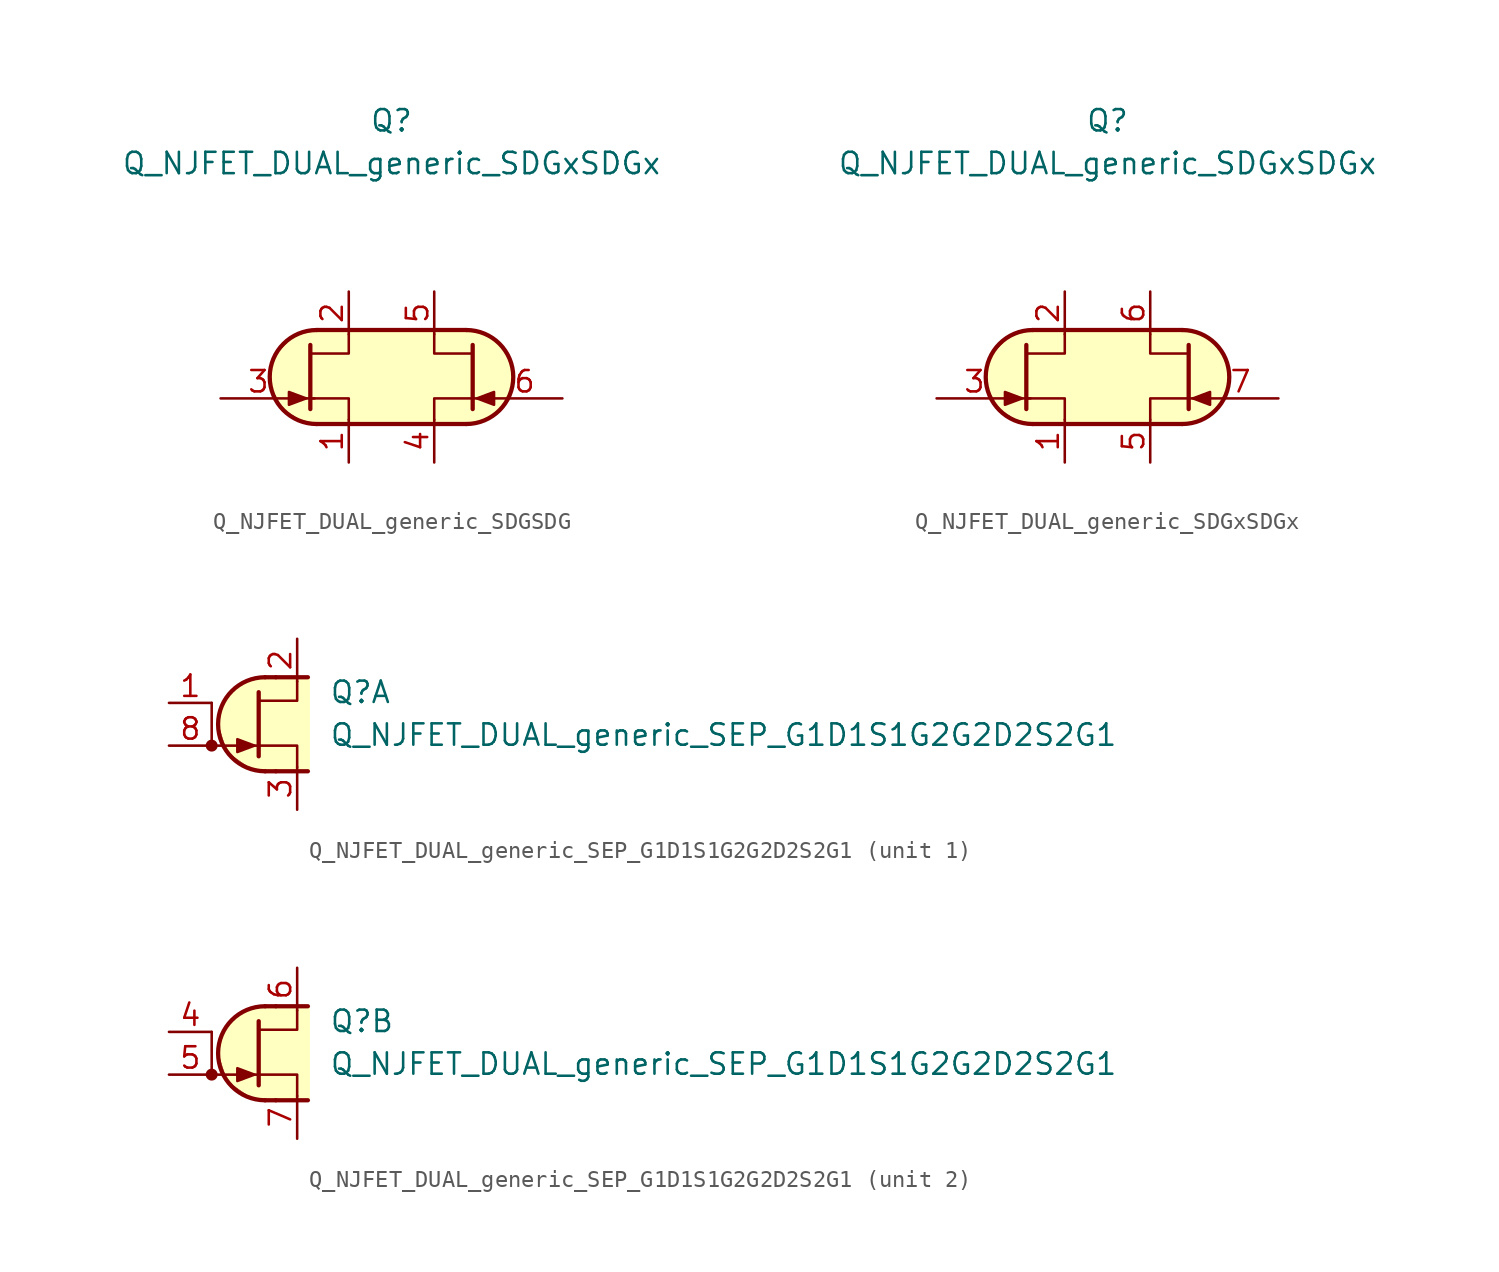
<source format=kicad_sym>
(kicad_symbol_lib
  (version 20231120)
  (generator "kicad_symbol_editor")
  (generator_version "8.0")
  (symbol "Q_NJFET_DUAL_generic_SDGSDG"
    (pin_names
      (offset 1.016) hide)
    (property "Reference" "Q"
      (at 0 15.24 0)
      (effects (font (size 1.27 1.27))))
    (property "Value" "Q_NJFET_DUAL_generic_SDGxSDGx"
      (at 0 12.7 0)
      (effects (font (size 1.27 1.27))))
    (symbol "Q_NJFET_DUAL_generic_SDGSDG_0_1"
      (arc (start -4.445 2.794) (mid -7.2269 0) (end -4.445 -2.794) (stroke (width 0.254) (type default)) (fill (type background)))
      (polyline (pts (xy -5.207 -1.27) (xy -4.572 -1.27)) (stroke (width 0) (type default)) (fill (type none)))
      (polyline (pts (xy -4.445 2.794) (xy 4.445 2.794)) (stroke (width 0.254) (type default)) (fill (type none)))
      (polyline (pts (xy 4.445 -2.794) (xy -4.445 -2.794)) (stroke (width 0.254) (type default)) (fill (type none)))
      (polyline (pts (xy 5.334 -1.27) (xy 4.826 -1.27)) (stroke (width 0) (type default)) (fill (type none)))
      (polyline (pts (xy -4.699 -2.794) (xy 4.699 -2.794) (xy 5.969 -2.413) (xy 6.858 -1.524) (xy 7.239 -0.127) (xy 6.985 1.143) (xy 6.35 2.032) (xy 5.334 2.667) (xy 4.318 2.794) (xy -4.826 2.794) (xy -5.969 2.286) (xy -6.858 1.397) (xy -7.239 0.508) (xy -7.112 -0.762) (xy -6.477 -1.905) (xy -5.461 -2.54) (xy -4.445 -2.794)) (stroke (width 0.025) (type default)) (fill (type background))))
    (symbol "Q_NJFET_DUAL_generic_SDGSDG_1_1"
      (polyline (pts (xy -4.826 1.905) (xy -4.826 -1.905) (xy -4.826 -1.905)) (stroke (width 0.254) (type default)) (fill (type none)))
      (polyline (pts (xy -2.54 -2.54) (xy -2.54 -1.27) (xy -4.826 -1.27)) (stroke (width 0) (type default)) (fill (type none)))
      (polyline (pts (xy -2.54 2.54) (xy -2.54 1.397) (xy -4.826 1.397)) (stroke (width 0) (type default)) (fill (type none)))
      (polyline (pts (xy 2.54 -2.54) (xy 2.54 -1.27) (xy 4.826 -1.27)) (stroke (width 0) (type default)) (fill (type none)))
      (polyline (pts (xy 2.54 2.54) (xy 2.54 1.397) (xy 4.826 1.397)) (stroke (width 0) (type default)) (fill (type none)))
      (polyline (pts (xy 4.826 1.905) (xy 4.826 -1.905) (xy 4.826 -1.905)) (stroke (width 0.254) (type default)) (fill (type none)))
      (polyline (pts (xy -5.08 -1.27) (xy -6.096 -0.889) (xy -6.096 -1.651) (xy -5.08 -1.27)) (stroke (width 0) (type default)) (fill (type outline)))
      (polyline (pts (xy 5.08 -1.27) (xy 6.096 -0.889) (xy 6.096 -1.651) (xy 5.08 -1.27)) (stroke (width 0) (type default)) (fill (type outline)))
      (arc (start 4.445 -2.794) (mid 7.2269 0) (end 4.445 2.794) (stroke (width 0.254) (type default)) (fill (type none)))
      (pin passive line (at -2.54 -5.08 90) (length 2.54) (name "S1" (effects (font (size 1.27 1.27)))) (number "1" (effects (font (size 1.27 1.27)))))
      (pin passive line (at -2.54 5.08 270) (length 2.54) (name "D1" (effects (font (size 1.27 1.27)))) (number "2" (effects (font (size 1.27 1.27)))))
      (pin input line (at -10.16 -1.27 0) (length 4.496) (name "G1" (effects (font (size 1.27 1.27)))) (number "3" (effects (font (size 1.27 1.27)))))
      (pin passive line (at 2.54 -5.08 90) (length 2.54) (name "S2" (effects (font (size 1.27 1.27)))) (number "4" (effects (font (size 1.27 1.27)))))
      (pin passive line (at 2.54 5.08 270) (length 2.54) (name "D2" (effects (font (size 1.27 1.27)))) (number "5" (effects (font (size 1.27 1.27)))))
      (pin input line (at 10.16 -1.27 180) (length 4.496) (name "G2" (effects (font (size 1.27 1.27)))) (number "6" (effects (font (size 1.27 1.27)))))))
  (symbol "Q_NJFET_DUAL_generic_SDGxSDGx"
    (pin_names
      (offset 1.016) hide)
    (property "Reference" "Q"
      (at 0 15.24 0)
      (effects (font (size 1.27 1.27))))
    (property "Value" "Q_NJFET_DUAL_generic_SDGxSDGx"
      (at 0 12.7 0)
      (effects (font (size 1.27 1.27))))
    (symbol "Q_NJFET_DUAL_generic_SDGxSDGx_0_1"
      (arc (start -4.445 2.794) (mid -7.2269 0) (end -4.445 -2.794) (stroke (width 0.254) (type default)) (fill (type background)))
      (polyline (pts (xy -5.207 -1.27) (xy -4.572 -1.27)) (stroke (width 0) (type default)) (fill (type none)))
      (polyline (pts (xy -4.445 2.794) (xy 4.445 2.794)) (stroke (width 0.254) (type default)) (fill (type none)))
      (polyline (pts (xy 4.445 -2.794) (xy -4.445 -2.794)) (stroke (width 0.254) (type default)) (fill (type none)))
      (polyline (pts (xy 5.334 -1.27) (xy 4.826 -1.27)) (stroke (width 0) (type default)) (fill (type none)))
      (polyline (pts (xy -4.699 -2.794) (xy 4.699 -2.794) (xy 5.969 -2.413) (xy 6.858 -1.524) (xy 7.239 -0.127) (xy 6.985 1.143) (xy 6.35 2.032) (xy 5.334 2.667) (xy 4.318 2.794) (xy -4.826 2.794) (xy -5.969 2.286) (xy -6.858 1.397) (xy -7.239 0.508) (xy -7.112 -0.762) (xy -6.477 -1.905) (xy -5.461 -2.54) (xy -4.445 -2.794)) (stroke (width 0.025) (type default)) (fill (type background))))
    (symbol "Q_NJFET_DUAL_generic_SDGxSDGx_1_1"
      (polyline (pts (xy -4.826 1.905) (xy -4.826 -1.905) (xy -4.826 -1.905)) (stroke (width 0.254) (type default)) (fill (type none)))
      (polyline (pts (xy -2.54 -2.54) (xy -2.54 -1.27) (xy -4.826 -1.27)) (stroke (width 0) (type default)) (fill (type none)))
      (polyline (pts (xy -2.54 2.54) (xy -2.54 1.397) (xy -4.826 1.397)) (stroke (width 0) (type default)) (fill (type none)))
      (polyline (pts (xy 2.54 -2.54) (xy 2.54 -1.27) (xy 4.826 -1.27)) (stroke (width 0) (type default)) (fill (type none)))
      (polyline (pts (xy 2.54 2.54) (xy 2.54 1.397) (xy 4.826 1.397)) (stroke (width 0) (type default)) (fill (type none)))
      (polyline (pts (xy 4.826 1.905) (xy 4.826 -1.905) (xy 4.826 -1.905)) (stroke (width 0.254) (type default)) (fill (type none)))
      (polyline (pts (xy -5.08 -1.27) (xy -6.096 -0.889) (xy -6.096 -1.651) (xy -5.08 -1.27)) (stroke (width 0) (type default)) (fill (type outline)))
      (polyline (pts (xy 5.08 -1.27) (xy 6.096 -0.889) (xy 6.096 -1.651) (xy 5.08 -1.27)) (stroke (width 0) (type default)) (fill (type outline)))
      (arc (start 4.445 -2.794) (mid 7.2269 0) (end 4.445 2.794) (stroke (width 0.254) (type default)) (fill (type none)))
      (pin passive line (at -2.54 -5.08 90) (length 2.54) (name "S1" (effects (font (size 1.27 1.27)))) (number "1" (effects (font (size 1.27 1.27)))))
      (pin passive line (at -2.54 5.08 270) (length 2.54) (name "D1" (effects (font (size 1.27 1.27)))) (number "2" (effects (font (size 1.27 1.27)))))
      (pin input line (at -10.16 -1.27 0) (length 4.496) (name "G1" (effects (font (size 1.27 1.27)))) (number "3" (effects (font (size 1.27 1.27)))))
      (pin free line (at 0 1.27 180) (length 2.54) hide (name "NC" (effects (font (size 1.27 1.27)))) (number "4" (effects (font (size 1.27 1.27)))))
      (pin passive line (at 2.54 -5.08 90) (length 2.54) (name "S2" (effects (font (size 1.27 1.27)))) (number "5" (effects (font (size 1.27 1.27)))))
      (pin passive line (at 2.54 5.08 270) (length 2.54) (name "D2" (effects (font (size 1.27 1.27)))) (number "6" (effects (font (size 1.27 1.27)))))
      (pin input line (at 10.16 -1.27 180) (length 4.496) (name "G2" (effects (font (size 1.27 1.27)))) (number "7" (effects (font (size 1.27 1.27)))))
      (pin free line (at 0 -1.27 180) (length 2.54) hide (name "NC" (effects (font (size 1.27 1.27)))) (number "8" (effects (font (size 1.27 1.27)))))))
  (symbol "Q_NJFET_DUAL_generic_SEP_G1D1S1G2G2D2S2G1"
    (pin_names
      (offset 1.016) hide)
    (property "Reference" "Q"
      (at 3.175 1.905 0)
      (effects (font (size 1.27 1.27)) (justify left)))
    (property "Value" "Q_NJFET_DUAL_generic_SEP_G1D1S1G2G2D2S2G1"
      (at 3.175 -0.635 0)
      (effects (font (size 1.27 1.27)) (justify left)))
    (property "ki_locked" ""
      (at 0 0 0)
      (effects (font (size 1.27 1.27))))
    (symbol "Q_NJFET_DUAL_generic_SEP_G1D1S1G2G2D2S2G1_1_1"
      (circle (center -3.81 -1.27) (radius 0.279) (stroke (width 0) (type default)) (fill (type outline)))
      (arc (start -0.635 2.794) (mid -3.4169 0) (end -0.635 -2.794) (stroke (width 0.254) (type default)) (fill (type background)))
      (polyline (pts (xy -3.81 -1.27) (xy -1.016 -1.27)) (stroke (width 0) (type default)) (fill (type none)))
      (polyline (pts (xy -3.81 1.27) (xy -3.81 -1.27)) (stroke (width 0) (type default)) (fill (type none)))
      (polyline (pts (xy 0 -2.794) (xy -0.635 -2.794)) (stroke (width 0.254) (type default)) (fill (type none)))
      (polyline (pts (xy 0 -2.794) (xy 1.905 -2.794)) (stroke (width 0.254) (type default)) (fill (type none)))
      (polyline (pts (xy 0 2.794) (xy -0.635 2.794)) (stroke (width 0.254) (type default)) (fill (type none)))
      (polyline (pts (xy 0 2.794) (xy 1.905 2.794)) (stroke (width 0.254) (type default)) (fill (type none)))
      (polyline (pts (xy -1.016 1.905) (xy -1.016 -1.905) (xy -1.016 -1.905)) (stroke (width 0.254) (type default)) (fill (type none)))
      (polyline (pts (xy 1.27 -2.54) (xy 1.27 -1.27) (xy -1.016 -1.27)) (stroke (width 0) (type default)) (fill (type none)))
      (polyline (pts (xy 1.27 2.54) (xy 1.27 1.397) (xy -1.016 1.397)) (stroke (width 0) (type default)) (fill (type none)))
      (polyline (pts (xy -1.27 -1.27) (xy -2.286 -0.889) (xy -2.286 -1.651) (xy -1.27 -1.27)) (stroke (width 0) (type default)) (fill (type outline)))
      (polyline (pts (xy 2.032 2.794) (xy -1.016 2.794) (xy -2.286 2.286) (xy -3.175 1.27) (xy -3.429 0) (xy -2.921 -1.651) (xy -1.651 -2.54) (xy -0.635 -2.794) (xy 2.032 -2.794)) (stroke (width 0.025) (type default)) (fill (type background)))
      (pin input line (at -6.35 1.27 0) (length 2.54) (name "G2" (effects (font (size 1.27 1.27)))) (number "1" (effects (font (size 1.27 1.27)))))
      (pin passive line (at 1.27 5.08 270) (length 2.54) (name "D2" (effects (font (size 1.27 1.27)))) (number "2" (effects (font (size 1.27 1.27)))))
      (pin passive line (at 1.27 -5.08 90) (length 2.54) (name "S2" (effects (font (size 1.27 1.27)))) (number "3" (effects (font (size 1.27 1.27)))))
      (pin input line (at -6.35 -1.27 0) (length 2.54) (name "G1" (effects (font (size 1.27 1.27)))) (number "8" (effects (font (size 1.27 1.27))))))
    (symbol "Q_NJFET_DUAL_generic_SEP_G1D1S1G2G2D2S2G1_2_1"
      (circle (center -3.81 -1.27) (radius 0.279) (stroke (width 0) (type default)) (fill (type outline)))
      (arc (start -0.635 2.794) (mid -3.4169 0) (end -0.635 -2.794) (stroke (width 0.254) (type default)) (fill (type background)))
      (polyline (pts (xy -3.81 -1.27) (xy -1.016 -1.27)) (stroke (width 0) (type default)) (fill (type none)))
      (polyline (pts (xy -3.81 1.27) (xy -3.81 -1.27)) (stroke (width 0) (type default)) (fill (type none)))
      (polyline (pts (xy 0 -2.794) (xy -0.635 -2.794)) (stroke (width 0.254) (type default)) (fill (type none)))
      (polyline (pts (xy 0 -2.794) (xy 1.905 -2.794)) (stroke (width 0.254) (type default)) (fill (type none)))
      (polyline (pts (xy 0 2.794) (xy -0.635 2.794)) (stroke (width 0.254) (type default)) (fill (type none)))
      (polyline (pts (xy 0 2.794) (xy 1.905 2.794)) (stroke (width 0.254) (type default)) (fill (type none)))
      (polyline (pts (xy -1.016 1.905) (xy -1.016 -1.905) (xy -1.016 -1.905)) (stroke (width 0.254) (type default)) (fill (type none)))
      (polyline (pts (xy 1.27 -2.54) (xy 1.27 -1.27) (xy -1.016 -1.27)) (stroke (width 0) (type default)) (fill (type none)))
      (polyline (pts (xy 1.27 2.54) (xy 1.27 1.397) (xy -1.016 1.397)) (stroke (width 0) (type default)) (fill (type none)))
      (polyline (pts (xy -1.27 -1.27) (xy -2.286 -0.889) (xy -2.286 -1.651) (xy -1.27 -1.27)) (stroke (width 0) (type default)) (fill (type outline)))
      (polyline (pts (xy 2.032 2.794) (xy -1.016 2.794) (xy -2.286 2.286) (xy -3.175 1.27) (xy -3.429 0) (xy -2.921 -1.651) (xy -1.651 -2.54) (xy -0.635 -2.794) (xy 2.032 -2.794)) (stroke (width 0.025) (type default)) (fill (type background)))
      (pin input line (at -6.35 1.27 0) (length 2.54) (name "G2" (effects (font (size 1.27 1.27)))) (number "4" (effects (font (size 1.27 1.27)))))
      (pin input line (at -6.35 -1.27 0) (length 2.54) (name "G1" (effects (font (size 1.27 1.27)))) (number "5" (effects (font (size 1.27 1.27)))))
      (pin passive line (at 1.27 5.08 270) (length 2.54) (name "D2" (effects (font (size 1.27 1.27)))) (number "6" (effects (font (size 1.27 1.27)))))
      (pin passive line (at 1.27 -5.08 90) (length 2.54) (name "S2" (effects (font (size 1.27 1.27)))) (number "7" (effects (font (size 1.27 1.27))))))))
</source>
